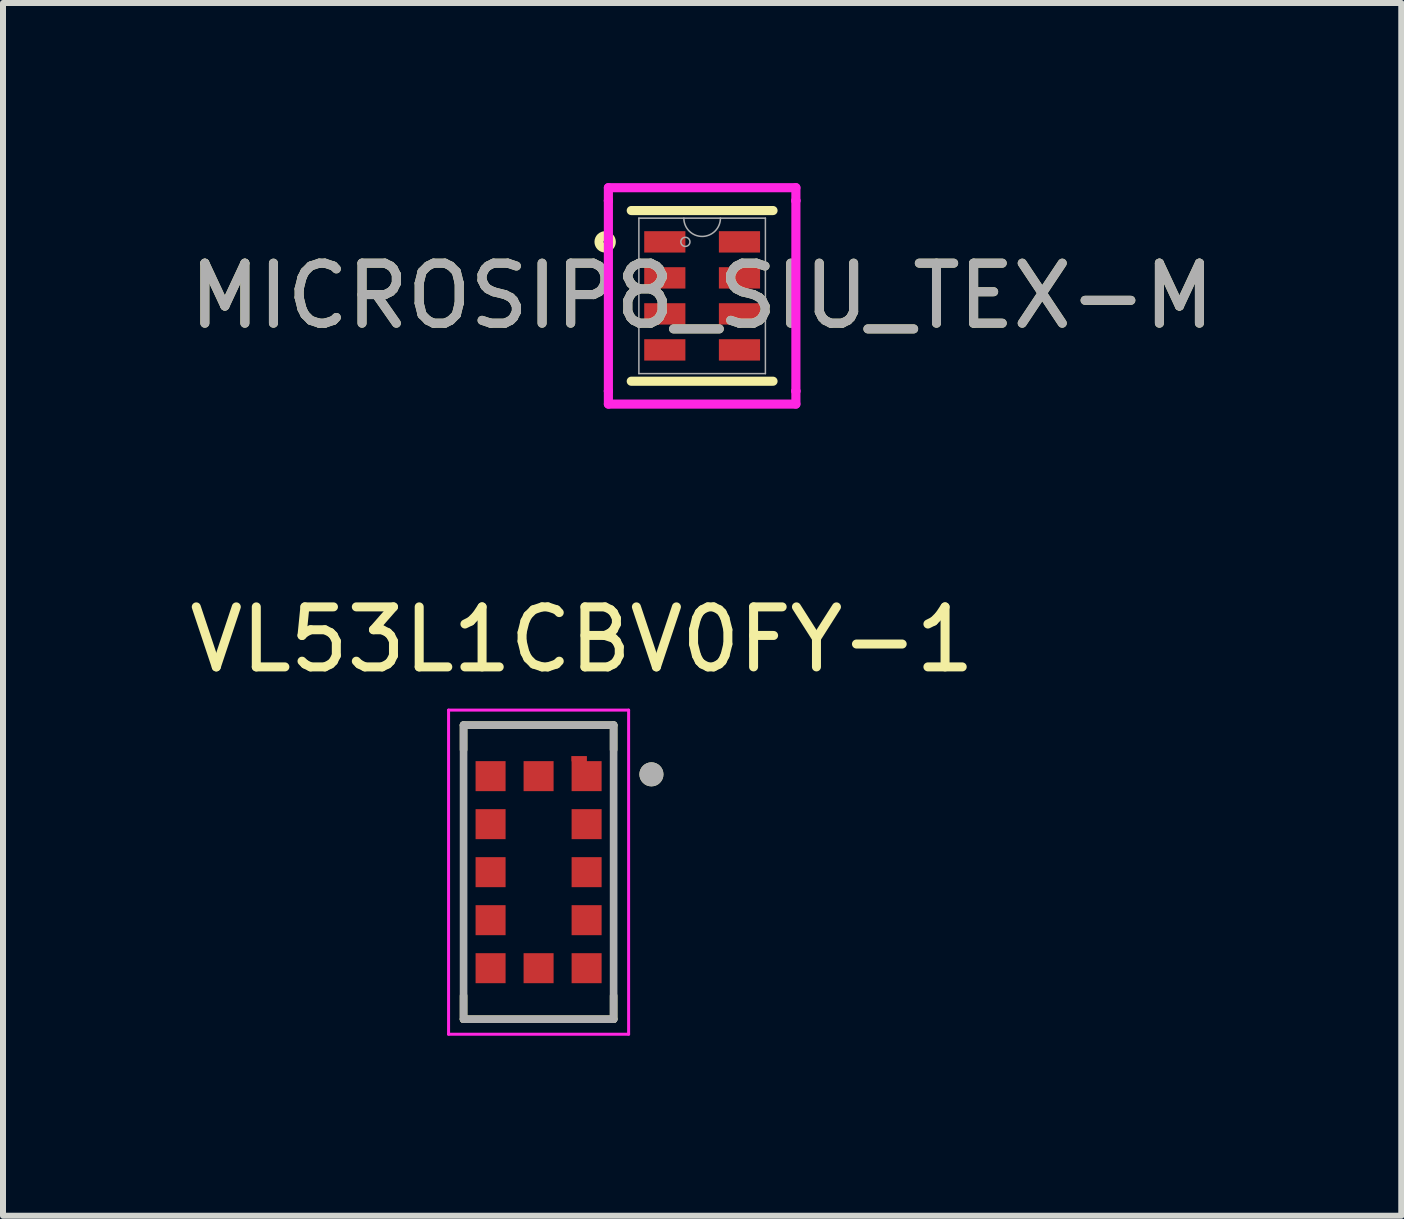
<source format=kicad_pcb>
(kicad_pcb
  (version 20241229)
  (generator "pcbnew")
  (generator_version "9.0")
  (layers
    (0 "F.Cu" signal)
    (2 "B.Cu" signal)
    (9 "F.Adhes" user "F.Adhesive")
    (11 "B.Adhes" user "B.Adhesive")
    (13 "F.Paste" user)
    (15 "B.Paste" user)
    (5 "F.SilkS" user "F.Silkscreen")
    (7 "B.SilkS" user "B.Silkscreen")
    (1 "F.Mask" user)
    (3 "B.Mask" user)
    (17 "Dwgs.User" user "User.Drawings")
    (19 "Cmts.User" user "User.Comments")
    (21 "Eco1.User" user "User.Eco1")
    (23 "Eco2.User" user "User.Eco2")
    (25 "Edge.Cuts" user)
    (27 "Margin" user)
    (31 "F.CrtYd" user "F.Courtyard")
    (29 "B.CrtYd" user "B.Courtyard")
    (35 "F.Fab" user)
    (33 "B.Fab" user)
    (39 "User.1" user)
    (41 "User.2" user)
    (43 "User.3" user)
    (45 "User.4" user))
  (footprint "MICROSIP8_SIU_TEX-M"
    (layer "F.Cu")
    (at 8.649 1.88)
    (property "Reference" "MICROSIP8_SIU_TEX-M" (at 0 0 0) (unlocked yes) (layer "F.SilkS") (effects (font (size 1 1) (thickness 0.15))))
    (attr smd)
    (fp_line (start -1.181 1.422) (end 1.181 1.422) (stroke (width 0.152) (type solid)) (layer "F.SilkS"))
    (fp_line (start 1.181 -1.422) (end -1.181 -1.422) (stroke (width 0.152) (type solid)) (layer "F.SilkS"))
    (fp_circle (center -1.616 -0.9) (end -1.514 -0.9) (stroke (width 0.152) (type solid)) (fill no) (layer "F.SilkS"))
    (fp_line (start -1.562 -1.803) (end 1.562 -1.803) (stroke (width 0.152) (type solid)) (layer "F.CrtYd"))
    (fp_line (start -1.562 -1.586) (end -1.562 -1.803) (stroke (width 0.152) (type solid)) (layer "F.CrtYd"))
    (fp_line (start -1.562 -1.586) (end -1.562 -1.586) (stroke (width 0.152) (type solid)) (layer "F.CrtYd"))
    (fp_line (start -1.562 1.586) (end -1.562 -1.586) (stroke (width 0.152) (type solid)) (layer "F.CrtYd"))
    (fp_line (start -1.562 1.586) (end -1.562 1.586) (stroke (width 0.152) (type solid)) (layer "F.CrtYd"))
    (fp_line (start -1.562 1.803) (end -1.562 1.586) (stroke (width 0.152) (type solid)) (layer "F.CrtYd"))
    (fp_line (start 1.562 -1.803) (end 1.562 -1.586) (stroke (width 0.152) (type solid)) (layer "F.CrtYd"))
    (fp_line (start 1.562 -1.586) (end 1.562 -1.586) (stroke (width 0.152) (type solid)) (layer "F.CrtYd"))
    (fp_line (start 1.562 -1.586) (end 1.562 1.586) (stroke (width 0.152) (type solid)) (layer "F.CrtYd"))
    (fp_line (start 1.562 1.586) (end 1.562 1.586) (stroke (width 0.152) (type solid)) (layer "F.CrtYd"))
    (fp_line (start 1.562 1.586) (end 1.562 1.803) (stroke (width 0.152) (type solid)) (layer "F.CrtYd"))
    (fp_line (start 1.562 1.803) (end -1.562 1.803) (stroke (width 0.152) (type solid)) (layer "F.CrtYd"))
    (fp_line (start -1.054 -1.295) (end -1.054 1.295) (stroke (width 0.025) (type solid)) (layer "F.Fab"))
    (fp_line (start -1.054 1.295) (end 1.054 1.295) (stroke (width 0.025) (type solid)) (layer "F.Fab"))
    (fp_line (start 1.054 -1.295) (end -1.054 -1.295) (stroke (width 0.025) (type solid)) (layer "F.Fab"))
    (fp_line (start 1.054 1.295) (end 1.054 -1.295) (stroke (width 0.025) (type solid)) (layer "F.Fab"))
    (fp_arc (start 0.3048 -1.2954) (mid 0 -0.9906) (end -0.3048 -1.2954) (stroke (width 0.0254) (type solid)) (layer "F.Fab"))
    (fp_circle (center -0.279 -0.9) (end -0.203 -0.9) (stroke (width 0.025) (type solid)) (fill no) (layer "F.Fab"))
    (fp_text user "${REFERENCE}" (at 0 0 0) (unlocked yes) (layer "F.Fab") (effects (font (size 1 1) (thickness 0.15))))
    (pad "1" smd rect (at -0.622 -0.9) (size 0.686 0.356) (layers "F.Cu" "F.Mask" "F.Paste"))
    (pad "2" smd rect (at -0.622 -0.3) (size 0.686 0.356) (layers "F.Cu" "F.Mask" "F.Paste"))
    (pad "3" smd rect (at -0.622 0.3) (size 0.686 0.356) (layers "F.Cu" "F.Mask" "F.Paste"))
    (pad "4" smd rect (at -0.622 0.9) (size 0.686 0.356) (layers "F.Cu" "F.Mask" "F.Paste"))
    (pad "5" smd rect (at 0.622 0.9) (size 0.686 0.356) (layers "F.Cu" "F.Mask" "F.Paste"))
    (pad "6" smd rect (at 0.622 0.3) (size 0.686 0.356) (layers "F.Cu" "F.Mask" "F.Paste"))
    (pad "7" smd rect (at 0.622 -0.3) (size 0.686 0.356) (layers "F.Cu" "F.Mask" "F.Paste"))
    (pad "8" smd rect (at 0.622 -0.9) (size 0.686 0.356) (layers "F.Cu" "F.Mask" "F.Paste")))
  (footprint "VL53L1CBV0FY-1"
    (layer "F.Cu")
    (at 5.924 11.482)
    (property "Reference" "VL53L1CBV0FY-1" (at 0.725 -3.875 0) (layer "F.SilkS") (effects (font (size 1 1) (thickness 0.15))))
    (attr smd)
    (fp_poly (pts (xy 0.45 -2.02) (xy 0.82 -2.02) (xy 0.82 -1.85) (xy 0.45 -1.85)) (stroke (width 0.01) (type solid)) (fill yes) (layer "F.Mask"))
    (fp_line (start -1.25 -2.45) (end 1.25 -2.45) (stroke (width 0.127) (type solid)) (layer "F.SilkS"))
    (fp_line (start -1.25 -2.04) (end -1.25 -2.45) (stroke (width 0.127) (type solid)) (layer "F.SilkS"))
    (fp_line (start -1.25 2.06) (end -1.25 2.45) (stroke (width 0.127) (type solid)) (layer "F.SilkS"))
    (fp_line (start -1.25 2.45) (end 1.25 2.45) (stroke (width 0.127) (type solid)) (layer "F.SilkS"))
    (fp_line (start 1.25 -2.45) (end 1.25 -2.04) (stroke (width 0.127) (type solid)) (layer "F.SilkS"))
    (fp_line (start 1.25 2.45) (end 1.25 2.06) (stroke (width 0.127) (type solid)) (layer "F.SilkS"))
    (fp_circle (center 1.88 -1.63) (end 1.98 -1.63) (stroke (width 0.2) (type solid)) (fill no) (layer "F.SilkS"))
    (fp_poly (pts (xy 0.55 -1.93) (xy 0.8 -1.93) (xy 0.8 -1.85) (xy 0.55 -1.85)) (stroke (width 0.01) (type solid)) (fill yes) (layer "F.Paste"))
    (fp_line (start -1.5 -2.7) (end 1.5 -2.7) (stroke (width 0.05) (type solid)) (layer "F.CrtYd"))
    (fp_line (start -1.5 2.7) (end -1.5 -2.7) (stroke (width 0.05) (type solid)) (layer "F.CrtYd"))
    (fp_line (start 1.5 -2.7) (end 1.5 2.7) (stroke (width 0.05) (type solid)) (layer "F.CrtYd"))
    (fp_line (start 1.5 2.7) (end -1.5 2.7) (stroke (width 0.05) (type solid)) (layer "F.CrtYd"))
    (fp_line (start -1.25 -2.45) (end 1.25 -2.45) (stroke (width 0.127) (type solid)) (layer "F.Fab"))
    (fp_line (start -1.25 2.45) (end -1.25 -2.45) (stroke (width 0.127) (type solid)) (layer "F.Fab"))
    (fp_line (start 1.25 -2.45) (end 1.25 2.45) (stroke (width 0.127) (type solid)) (layer "F.Fab"))
    (fp_line (start 1.25 2.45) (end -1.25 2.45) (stroke (width 0.127) (type solid)) (layer "F.Fab"))
    (fp_circle (center 1.88 -1.63) (end 1.98 -1.63) (stroke (width 0.2) (type solid)) (fill no) (layer "F.Fab"))
    (pad "1" smd custom (at 0.8 -1.6) (size 0.5 0.5) (layers "F.Cu" "F.Mask" "F.Paste") (options (anchor rect)) (primitives (gr_poly (pts (xy -0.25 -0.25) (xy -0.25 -0.33) (xy 0 -0.33) (xy 0 -0.12) (xy 0.11 -0.12) (xy 0.11 0.1) (xy -0.23 0.1) (xy -0.23 -0.25)) (width 0.01) (fill yes))))
    (pad "2" smd rect (at 0.8 -0.8) (size 0.5 0.5) (layers "F.Cu" "F.Mask" "F.Paste"))
    (pad "3" smd rect (at 0.8 0) (size 0.5 0.5) (layers "F.Cu" "F.Mask" "F.Paste"))
    (pad "4" smd rect (at 0.8 0.8) (size 0.5 0.5) (layers "F.Cu" "F.Mask" "F.Paste"))
    (pad "5" smd rect (at 0.8 1.6) (size 0.5 0.5) (layers "F.Cu" "F.Mask" "F.Paste"))
    (pad "6" smd rect (at 0 1.6) (size 0.5 0.5) (layers "F.Cu" "F.Mask" "F.Paste"))
    (pad "7" smd rect (at -0.8 1.6) (size 0.5 0.5) (layers "F.Cu" "F.Mask" "F.Paste"))
    (pad "8" smd rect (at -0.8 0.8) (size 0.5 0.5) (layers "F.Cu" "F.Mask" "F.Paste"))
    (pad "9" smd rect (at -0.8 0) (size 0.5 0.5) (layers "F.Cu" "F.Mask" "F.Paste"))
    (pad "10" smd rect (at -0.8 -0.8) (size 0.5 0.5) (layers "F.Cu" "F.Mask" "F.Paste"))
    (pad "11" smd rect (at -0.8 -1.6) (size 0.5 0.5) (layers "F.Cu" "F.Mask" "F.Paste"))
    (pad "12" smd rect (at 0 -1.6) (size 0.5 0.5) (layers "F.Cu" "F.Mask" "F.Paste")))
  (gr_rect
    (start -3 -3)
    (end 20.298 17.207)
    (stroke (width 0.1) (type default))
    (fill no)
    (layer "Edge.Cuts")))
</source>
